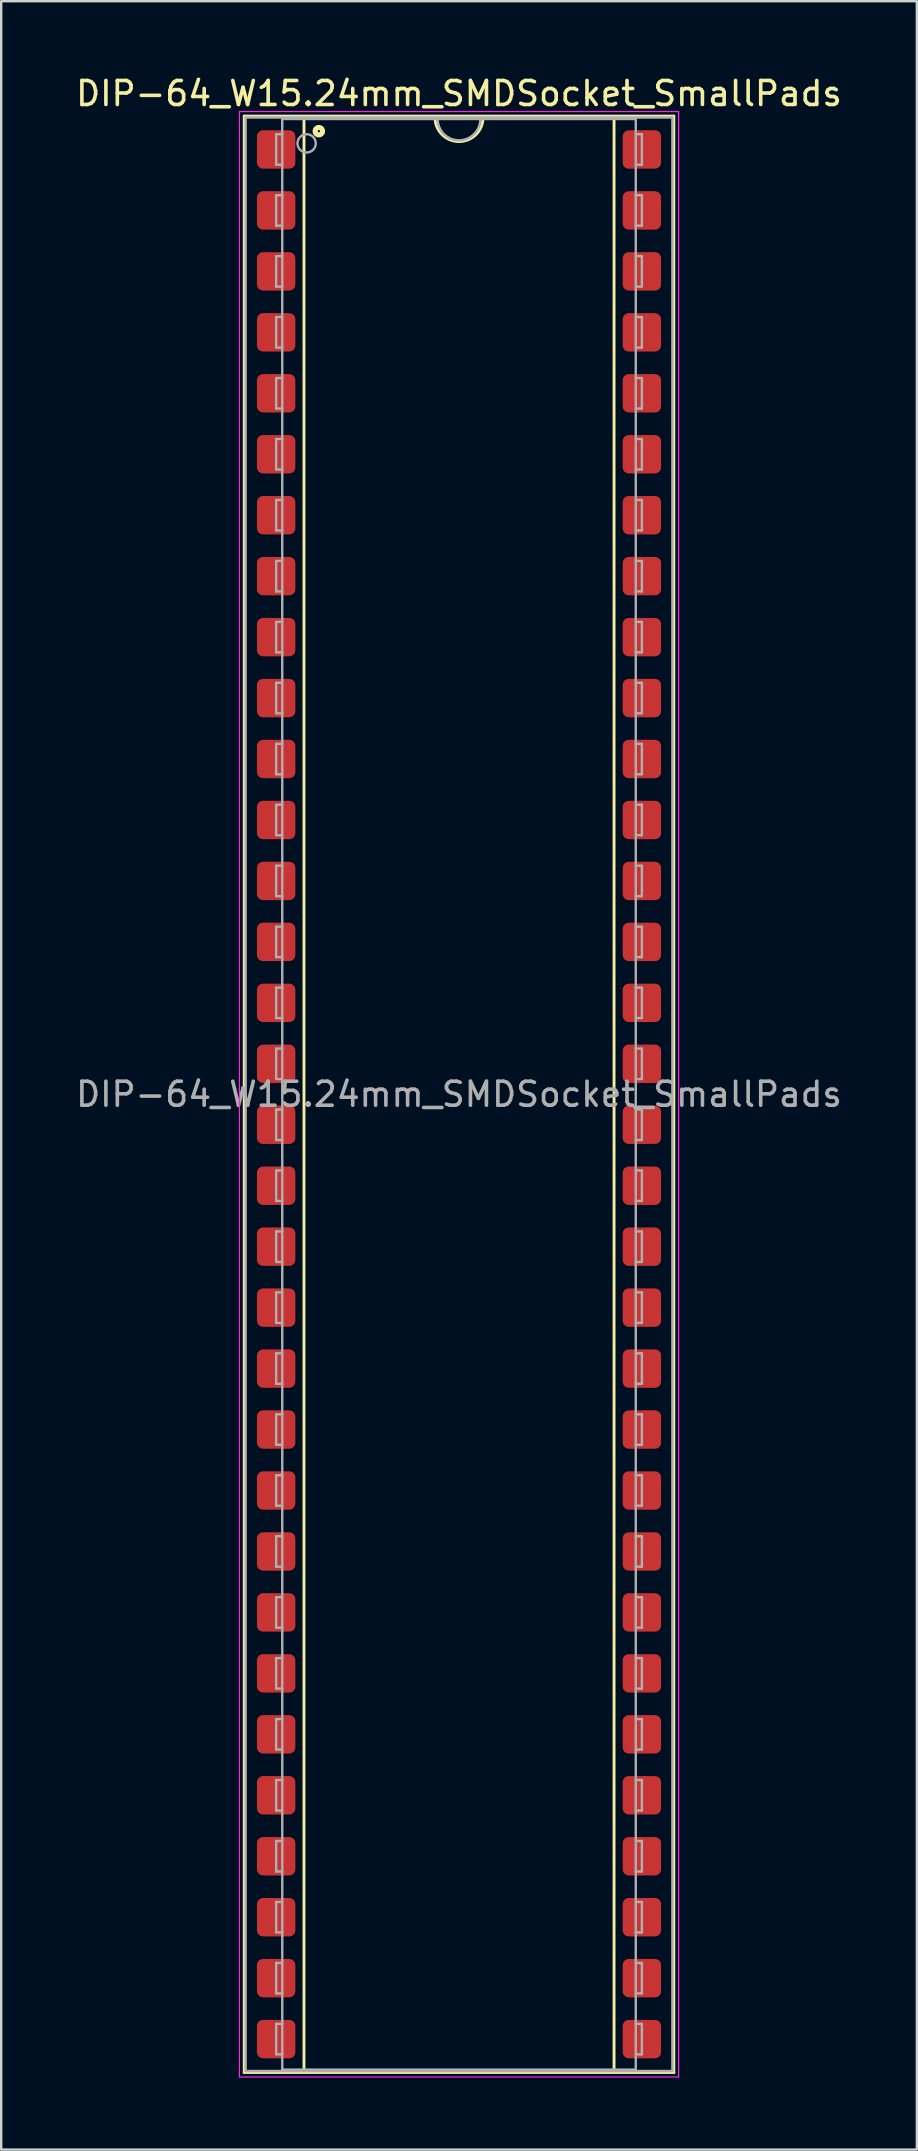
<source format=kicad_pcb>
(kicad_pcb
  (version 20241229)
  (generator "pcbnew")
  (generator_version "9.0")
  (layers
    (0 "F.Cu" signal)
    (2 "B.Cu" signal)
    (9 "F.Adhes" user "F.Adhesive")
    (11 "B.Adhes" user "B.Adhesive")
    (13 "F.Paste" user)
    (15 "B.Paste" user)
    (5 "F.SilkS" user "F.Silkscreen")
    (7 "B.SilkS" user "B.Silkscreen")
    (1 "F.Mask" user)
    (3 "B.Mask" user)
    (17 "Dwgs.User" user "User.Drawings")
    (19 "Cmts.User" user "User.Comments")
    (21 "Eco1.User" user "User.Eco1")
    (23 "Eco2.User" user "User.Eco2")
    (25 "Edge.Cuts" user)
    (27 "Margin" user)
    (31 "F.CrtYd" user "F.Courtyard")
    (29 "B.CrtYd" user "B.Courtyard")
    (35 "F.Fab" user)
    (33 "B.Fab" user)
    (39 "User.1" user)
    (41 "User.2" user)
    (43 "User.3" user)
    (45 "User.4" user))
  (footprint "DIP-64_W15.24mm_SMDSocket_SmallPads"
    (layer "F.Cu")
    (at 16.077 42.548)
    (property "Reference" "DIP-64_W15.24mm_SMDSocket_SmallPads" (at 0 -41.7 0) (layer "F.SilkS") (effects (font (size 1 1) (thickness 0.15))))
    (attr smd)
    (fp_line (start -8.95 -40.76) (end -8.95 40.76) (stroke (width 0.12) (type solid)) (layer "F.SilkS"))
    (fp_line (start -8.95 40.76) (end 8.95 40.76) (stroke (width 0.12) (type solid)) (layer "F.SilkS"))
    (fp_line (start -6.46 -40.7) (end -6.46 40.7) (stroke (width 0.12) (type solid)) (layer "F.SilkS"))
    (fp_line (start -6.46 40.7) (end 6.46 40.7) (stroke (width 0.12) (type solid)) (layer "F.SilkS"))
    (fp_line (start -1 -40.7) (end -6.46 -40.7) (stroke (width 0.12) (type solid)) (layer "F.SilkS"))
    (fp_line (start 6.46 -40.7) (end 1 -40.7) (stroke (width 0.12) (type solid)) (layer "F.SilkS"))
    (fp_line (start 6.46 40.7) (end 6.46 -40.7) (stroke (width 0.12) (type solid)) (layer "F.SilkS"))
    (fp_line (start 8.95 -40.76) (end -8.95 -40.76) (stroke (width 0.12) (type solid)) (layer "F.SilkS"))
    (fp_line (start 8.95 40.76) (end 8.95 -40.76) (stroke (width 0.12) (type solid)) (layer "F.SilkS"))
    (fp_arc (start 1 -40.7) (mid 0 -39.7) (end -1 -40.7) (stroke (width 0.12) (type solid)) (layer "F.SilkS"))
    (fp_circle (center -5.842 -40.132) (end -5.792 -40.132) (stroke (width 0.12) (type solid)) (fill no) (layer "F.SilkS"))
    (fp_circle (center -5.842 -40.132) (end -5.717 -40.132) (stroke (width 0.12) (type solid)) (fill no) (layer "F.SilkS"))
    (fp_circle (center -5.842 -40.132) (end -5.642 -40.132) (stroke (width 0.12) (type solid)) (fill no) (layer "F.SilkS"))
    (fp_line (start -9.15 -40.95) (end -9.15 40.95) (stroke (width 0.05) (type solid)) (layer "F.CrtYd"))
    (fp_line (start -9.15 40.95) (end 9.15 40.95) (stroke (width 0.05) (type solid)) (layer "F.CrtYd"))
    (fp_line (start 9.15 -40.95) (end -9.15 -40.95) (stroke (width 0.05) (type solid)) (layer "F.CrtYd"))
    (fp_line (start 9.15 40.95) (end 9.15 -40.95) (stroke (width 0.05) (type solid)) (layer "F.CrtYd"))
    (fp_line (start -8.89 -40.7) (end -8.89 40.7) (stroke (width 0.1) (type solid)) (layer "F.Fab"))
    (fp_line (start -8.89 40.7) (end 8.89 40.7) (stroke (width 0.1) (type solid)) (layer "F.Fab"))
    (fp_line (start -7.62 -40.005) (end -7.62 -38.735) (stroke (width 0.1) (type solid)) (layer "F.Fab"))
    (fp_line (start -7.62 -40.005) (end -7.366 -40.005) (stroke (width 0.1) (type solid)) (layer "F.Fab"))
    (fp_line (start -7.62 -38.735) (end -7.366 -38.735) (stroke (width 0.1) (type solid)) (layer "F.Fab"))
    (fp_line (start -7.62 -37.465) (end -7.62 -36.195) (stroke (width 0.1) (type solid)) (layer "F.Fab"))
    (fp_line (start -7.62 -37.465) (end -7.366 -37.465) (stroke (width 0.1) (type solid)) (layer "F.Fab"))
    (fp_line (start -7.62 -36.195) (end -7.366 -36.195) (stroke (width 0.1) (type solid)) (layer "F.Fab"))
    (fp_line (start -7.62 -34.925) (end -7.62 -33.655) (stroke (width 0.1) (type solid)) (layer "F.Fab"))
    (fp_line (start -7.62 -34.925) (end -7.366 -34.925) (stroke (width 0.1) (type solid)) (layer "F.Fab"))
    (fp_line (start -7.62 -33.655) (end -7.366 -33.655) (stroke (width 0.1) (type solid)) (layer "F.Fab"))
    (fp_line (start -7.62 -32.385) (end -7.62 -31.115) (stroke (width 0.1) (type solid)) (layer "F.Fab"))
    (fp_line (start -7.62 -32.385) (end -7.366 -32.385) (stroke (width 0.1) (type solid)) (layer "F.Fab"))
    (fp_line (start -7.62 -31.115) (end -7.366 -31.115) (stroke (width 0.1) (type solid)) (layer "F.Fab"))
    (fp_line (start -7.62 -29.845) (end -7.62 -28.575) (stroke (width 0.1) (type solid)) (layer "F.Fab"))
    (fp_line (start -7.62 -29.845) (end -7.366 -29.845) (stroke (width 0.1) (type solid)) (layer "F.Fab"))
    (fp_line (start -7.62 -28.575) (end -7.366 -28.575) (stroke (width 0.1) (type solid)) (layer "F.Fab"))
    (fp_line (start -7.62 -27.305) (end -7.62 -26.035) (stroke (width 0.1) (type solid)) (layer "F.Fab"))
    (fp_line (start -7.62 -27.305) (end -7.366 -27.305) (stroke (width 0.1) (type solid)) (layer "F.Fab"))
    (fp_line (start -7.62 -26.035) (end -7.366 -26.035) (stroke (width 0.1) (type solid)) (layer "F.Fab"))
    (fp_line (start -7.62 -24.765) (end -7.62 -23.495) (stroke (width 0.1) (type solid)) (layer "F.Fab"))
    (fp_line (start -7.62 -24.765) (end -7.366 -24.765) (stroke (width 0.1) (type solid)) (layer "F.Fab"))
    (fp_line (start -7.62 -23.495) (end -7.366 -23.495) (stroke (width 0.1) (type solid)) (layer "F.Fab"))
    (fp_line (start -7.62 -22.225) (end -7.62 -20.955) (stroke (width 0.1) (type solid)) (layer "F.Fab"))
    (fp_line (start -7.62 -22.225) (end -7.366 -22.225) (stroke (width 0.1) (type solid)) (layer "F.Fab"))
    (fp_line (start -7.62 -20.955) (end -7.366 -20.955) (stroke (width 0.1) (type solid)) (layer "F.Fab"))
    (fp_line (start -7.62 -19.685) (end -7.62 -18.415) (stroke (width 0.1) (type solid)) (layer "F.Fab"))
    (fp_line (start -7.62 -19.685) (end -7.366 -19.685) (stroke (width 0.1) (type solid)) (layer "F.Fab"))
    (fp_line (start -7.62 -18.415) (end -7.366 -18.415) (stroke (width 0.1) (type solid)) (layer "F.Fab"))
    (fp_line (start -7.62 -17.145) (end -7.62 -15.875) (stroke (width 0.1) (type solid)) (layer "F.Fab"))
    (fp_line (start -7.62 -17.145) (end -7.366 -17.145) (stroke (width 0.1) (type solid)) (layer "F.Fab"))
    (fp_line (start -7.62 -15.875) (end -7.366 -15.875) (stroke (width 0.1) (type solid)) (layer "F.Fab"))
    (fp_line (start -7.62 -14.605) (end -7.62 -13.335) (stroke (width 0.1) (type solid)) (layer "F.Fab"))
    (fp_line (start -7.62 -14.605) (end -7.366 -14.605) (stroke (width 0.1) (type solid)) (layer "F.Fab"))
    (fp_line (start -7.62 -13.335) (end -7.366 -13.335) (stroke (width 0.1) (type solid)) (layer "F.Fab"))
    (fp_line (start -7.62 -12.065) (end -7.62 -10.795) (stroke (width 0.1) (type solid)) (layer "F.Fab"))
    (fp_line (start -7.62 -12.065) (end -7.366 -12.065) (stroke (width 0.1) (type solid)) (layer "F.Fab"))
    (fp_line (start -7.62 -10.795) (end -7.366 -10.795) (stroke (width 0.1) (type solid)) (layer "F.Fab"))
    (fp_line (start -7.62 -9.525) (end -7.62 -8.255) (stroke (width 0.1) (type solid)) (layer "F.Fab"))
    (fp_line (start -7.62 -9.525) (end -7.366 -9.525) (stroke (width 0.1) (type solid)) (layer "F.Fab"))
    (fp_line (start -7.62 -8.255) (end -7.366 -8.255) (stroke (width 0.1) (type solid)) (layer "F.Fab"))
    (fp_line (start -7.62 -6.985) (end -7.62 -5.715) (stroke (width 0.1) (type solid)) (layer "F.Fab"))
    (fp_line (start -7.62 -6.985) (end -7.366 -6.985) (stroke (width 0.1) (type solid)) (layer "F.Fab"))
    (fp_line (start -7.62 -5.715) (end -7.366 -5.715) (stroke (width 0.1) (type solid)) (layer "F.Fab"))
    (fp_line (start -7.62 -4.445) (end -7.62 -3.175) (stroke (width 0.1) (type solid)) (layer "F.Fab"))
    (fp_line (start -7.62 -4.445) (end -7.366 -4.445) (stroke (width 0.1) (type solid)) (layer "F.Fab"))
    (fp_line (start -7.62 -3.175) (end -7.366 -3.175) (stroke (width 0.1) (type solid)) (layer "F.Fab"))
    (fp_line (start -7.62 -1.905) (end -7.62 -0.635) (stroke (width 0.1) (type solid)) (layer "F.Fab"))
    (fp_line (start -7.62 -1.905) (end -7.366 -1.905) (stroke (width 0.1) (type solid)) (layer "F.Fab"))
    (fp_line (start -7.62 -0.635) (end -7.366 -0.635) (stroke (width 0.1) (type solid)) (layer "F.Fab"))
    (fp_line (start -7.62 0.635) (end -7.62 1.905) (stroke (width 0.1) (type solid)) (layer "F.Fab"))
    (fp_line (start -7.62 0.635) (end -7.366 0.635) (stroke (width 0.1) (type solid)) (layer "F.Fab"))
    (fp_line (start -7.62 1.905) (end -7.366 1.905) (stroke (width 0.1) (type solid)) (layer "F.Fab"))
    (fp_line (start -7.62 3.175) (end -7.62 4.445) (stroke (width 0.1) (type solid)) (layer "F.Fab"))
    (fp_line (start -7.62 3.175) (end -7.366 3.175) (stroke (width 0.1) (type solid)) (layer "F.Fab"))
    (fp_line (start -7.62 4.445) (end -7.366 4.445) (stroke (width 0.1) (type solid)) (layer "F.Fab"))
    (fp_line (start -7.62 5.715) (end -7.62 6.985) (stroke (width 0.1) (type solid)) (layer "F.Fab"))
    (fp_line (start -7.62 5.715) (end -7.366 5.715) (stroke (width 0.1) (type solid)) (layer "F.Fab"))
    (fp_line (start -7.62 6.985) (end -7.366 6.985) (stroke (width 0.1) (type solid)) (layer "F.Fab"))
    (fp_line (start -7.62 8.255) (end -7.62 9.525) (stroke (width 0.1) (type solid)) (layer "F.Fab"))
    (fp_line (start -7.62 8.255) (end -7.366 8.255) (stroke (width 0.1) (type solid)) (layer "F.Fab"))
    (fp_line (start -7.62 9.525) (end -7.366 9.525) (stroke (width 0.1) (type solid)) (layer "F.Fab"))
    (fp_line (start -7.62 10.795) (end -7.62 12.065) (stroke (width 0.1) (type solid)) (layer "F.Fab"))
    (fp_line (start -7.62 10.795) (end -7.366 10.795) (stroke (width 0.1) (type solid)) (layer "F.Fab"))
    (fp_line (start -7.62 12.065) (end -7.366 12.065) (stroke (width 0.1) (type solid)) (layer "F.Fab"))
    (fp_line (start -7.62 13.335) (end -7.62 14.605) (stroke (width 0.1) (type solid)) (layer "F.Fab"))
    (fp_line (start -7.62 13.335) (end -7.366 13.335) (stroke (width 0.1) (type solid)) (layer "F.Fab"))
    (fp_line (start -7.62 14.605) (end -7.366 14.605) (stroke (width 0.1) (type solid)) (layer "F.Fab"))
    (fp_line (start -7.62 15.875) (end -7.62 17.145) (stroke (width 0.1) (type solid)) (layer "F.Fab"))
    (fp_line (start -7.62 15.875) (end -7.366 15.875) (stroke (width 0.1) (type solid)) (layer "F.Fab"))
    (fp_line (start -7.62 17.145) (end -7.366 17.145) (stroke (width 0.1) (type solid)) (layer "F.Fab"))
    (fp_line (start -7.62 18.415) (end -7.62 19.685) (stroke (width 0.1) (type solid)) (layer "F.Fab"))
    (fp_line (start -7.62 18.415) (end -7.366 18.415) (stroke (width 0.1) (type solid)) (layer "F.Fab"))
    (fp_line (start -7.62 19.685) (end -7.366 19.685) (stroke (width 0.1) (type solid)) (layer "F.Fab"))
    (fp_line (start -7.62 20.955) (end -7.62 22.225) (stroke (width 0.1) (type solid)) (layer "F.Fab"))
    (fp_line (start -7.62 20.955) (end -7.366 20.955) (stroke (width 0.1) (type solid)) (layer "F.Fab"))
    (fp_line (start -7.62 22.225) (end -7.366 22.225) (stroke (width 0.1) (type solid)) (layer "F.Fab"))
    (fp_line (start -7.62 23.495) (end -7.62 24.765) (stroke (width 0.1) (type solid)) (layer "F.Fab"))
    (fp_line (start -7.62 23.495) (end -7.366 23.495) (stroke (width 0.1) (type solid)) (layer "F.Fab"))
    (fp_line (start -7.62 24.765) (end -7.366 24.765) (stroke (width 0.1) (type solid)) (layer "F.Fab"))
    (fp_line (start -7.62 26.035) (end -7.62 27.305) (stroke (width 0.1) (type solid)) (layer "F.Fab"))
    (fp_line (start -7.62 26.035) (end -7.366 26.035) (stroke (width 0.1) (type solid)) (layer "F.Fab"))
    (fp_line (start -7.62 27.305) (end -7.366 27.305) (stroke (width 0.1) (type solid)) (layer "F.Fab"))
    (fp_line (start -7.62 28.575) (end -7.62 29.845) (stroke (width 0.1) (type solid)) (layer "F.Fab"))
    (fp_line (start -7.62 28.575) (end -7.366 28.575) (stroke (width 0.1) (type solid)) (layer "F.Fab"))
    (fp_line (start -7.62 29.845) (end -7.366 29.845) (stroke (width 0.1) (type solid)) (layer "F.Fab"))
    (fp_line (start -7.62 31.115) (end -7.62 32.385) (stroke (width 0.1) (type solid)) (layer "F.Fab"))
    (fp_line (start -7.62 31.115) (end -7.366 31.115) (stroke (width 0.1) (type solid)) (layer "F.Fab"))
    (fp_line (start -7.62 32.385) (end -7.366 32.385) (stroke (width 0.1) (type solid)) (layer "F.Fab"))
    (fp_line (start -7.62 33.655) (end -7.62 34.925) (stroke (width 0.1) (type solid)) (layer "F.Fab"))
    (fp_line (start -7.62 33.655) (end -7.366 33.655) (stroke (width 0.1) (type solid)) (layer "F.Fab"))
    (fp_line (start -7.62 34.925) (end -7.366 34.925) (stroke (width 0.1) (type solid)) (layer "F.Fab"))
    (fp_line (start -7.62 36.195) (end -7.62 37.465) (stroke (width 0.1) (type solid)) (layer "F.Fab"))
    (fp_line (start -7.62 36.195) (end -7.366 36.195) (stroke (width 0.1) (type solid)) (layer "F.Fab"))
    (fp_line (start -7.62 37.465) (end -7.366 37.465) (stroke (width 0.1) (type solid)) (layer "F.Fab"))
    (fp_line (start -7.62 38.735) (end -7.62 40.005) (stroke (width 0.1) (type solid)) (layer "F.Fab"))
    (fp_line (start -7.62 38.735) (end -7.366 38.735) (stroke (width 0.1) (type solid)) (layer "F.Fab"))
    (fp_line (start -7.62 40.005) (end -7.366 40.005) (stroke (width 0.1) (type solid)) (layer "F.Fab"))
    (fp_line (start -7.366 -40.64) (end 7.365 -40.64) (stroke (width 0.1) (type solid)) (layer "F.Fab"))
    (fp_line (start -7.365 40.64) (end -7.366 -40.64) (stroke (width 0.1) (type solid)) (layer "F.Fab"))
    (fp_line (start 7.365 -40.64) (end 7.365 40.64) (stroke (width 0.1) (type solid)) (layer "F.Fab"))
    (fp_line (start 7.365 40.64) (end -7.365 40.64) (stroke (width 0.1) (type solid)) (layer "F.Fab"))
    (fp_line (start 7.62 -40.005) (end 7.366 -40.005) (stroke (width 0.1) (type solid)) (layer "F.Fab"))
    (fp_line (start 7.62 -38.735) (end 7.366 -38.735) (stroke (width 0.1) (type solid)) (layer "F.Fab"))
    (fp_line (start 7.62 -38.735) (end 7.62 -40.005) (stroke (width 0.1) (type solid)) (layer "F.Fab"))
    (fp_line (start 7.62 -37.465) (end 7.366 -37.465) (stroke (width 0.1) (type solid)) (layer "F.Fab"))
    (fp_line (start 7.62 -36.195) (end 7.366 -36.195) (stroke (width 0.1) (type solid)) (layer "F.Fab"))
    (fp_line (start 7.62 -36.195) (end 7.62 -37.465) (stroke (width 0.1) (type solid)) (layer "F.Fab"))
    (fp_line (start 7.62 -34.925) (end 7.366 -34.925) (stroke (width 0.1) (type solid)) (layer "F.Fab"))
    (fp_line (start 7.62 -33.655) (end 7.366 -33.655) (stroke (width 0.1) (type solid)) (layer "F.Fab"))
    (fp_line (start 7.62 -33.655) (end 7.62 -34.925) (stroke (width 0.1) (type solid)) (layer "F.Fab"))
    (fp_line (start 7.62 -32.385) (end 7.366 -32.385) (stroke (width 0.1) (type solid)) (layer "F.Fab"))
    (fp_line (start 7.62 -31.115) (end 7.366 -31.115) (stroke (width 0.1) (type solid)) (layer "F.Fab"))
    (fp_line (start 7.62 -31.115) (end 7.62 -32.385) (stroke (width 0.1) (type solid)) (layer "F.Fab"))
    (fp_line (start 7.62 -29.845) (end 7.366 -29.845) (stroke (width 0.1) (type solid)) (layer "F.Fab"))
    (fp_line (start 7.62 -28.575) (end 7.366 -28.575) (stroke (width 0.1) (type solid)) (layer "F.Fab"))
    (fp_line (start 7.62 -28.575) (end 7.62 -29.845) (stroke (width 0.1) (type solid)) (layer "F.Fab"))
    (fp_line (start 7.62 -27.305) (end 7.366 -27.305) (stroke (width 0.1) (type solid)) (layer "F.Fab"))
    (fp_line (start 7.62 -26.035) (end 7.366 -26.035) (stroke (width 0.1) (type solid)) (layer "F.Fab"))
    (fp_line (start 7.62 -26.035) (end 7.62 -27.305) (stroke (width 0.1) (type solid)) (layer "F.Fab"))
    (fp_line (start 7.62 -24.765) (end 7.366 -24.765) (stroke (width 0.1) (type solid)) (layer "F.Fab"))
    (fp_line (start 7.62 -23.495) (end 7.366 -23.495) (stroke (width 0.1) (type solid)) (layer "F.Fab"))
    (fp_line (start 7.62 -23.495) (end 7.62 -24.765) (stroke (width 0.1) (type solid)) (layer "F.Fab"))
    (fp_line (start 7.62 -22.225) (end 7.366 -22.225) (stroke (width 0.1) (type solid)) (layer "F.Fab"))
    (fp_line (start 7.62 -20.955) (end 7.366 -20.955) (stroke (width 0.1) (type solid)) (layer "F.Fab"))
    (fp_line (start 7.62 -20.955) (end 7.62 -22.225) (stroke (width 0.1) (type solid)) (layer "F.Fab"))
    (fp_line (start 7.62 -19.685) (end 7.366 -19.685) (stroke (width 0.1) (type solid)) (layer "F.Fab"))
    (fp_line (start 7.62 -18.415) (end 7.366 -18.415) (stroke (width 0.1) (type solid)) (layer "F.Fab"))
    (fp_line (start 7.62 -18.415) (end 7.62 -19.685) (stroke (width 0.1) (type solid)) (layer "F.Fab"))
    (fp_line (start 7.62 -17.145) (end 7.366 -17.145) (stroke (width 0.1) (type solid)) (layer "F.Fab"))
    (fp_line (start 7.62 -15.875) (end 7.366 -15.875) (stroke (width 0.1) (type solid)) (layer "F.Fab"))
    (fp_line (start 7.62 -15.875) (end 7.62 -17.145) (stroke (width 0.1) (type solid)) (layer "F.Fab"))
    (fp_line (start 7.62 -14.605) (end 7.366 -14.605) (stroke (width 0.1) (type solid)) (layer "F.Fab"))
    (fp_line (start 7.62 -13.335) (end 7.366 -13.335) (stroke (width 0.1) (type solid)) (layer "F.Fab"))
    (fp_line (start 7.62 -13.335) (end 7.62 -14.605) (stroke (width 0.1) (type solid)) (layer "F.Fab"))
    (fp_line (start 7.62 -12.065) (end 7.366 -12.065) (stroke (width 0.1) (type solid)) (layer "F.Fab"))
    (fp_line (start 7.62 -10.795) (end 7.366 -10.795) (stroke (width 0.1) (type solid)) (layer "F.Fab"))
    (fp_line (start 7.62 -10.795) (end 7.62 -12.065) (stroke (width 0.1) (type solid)) (layer "F.Fab"))
    (fp_line (start 7.62 -9.525) (end 7.366 -9.525) (stroke (width 0.1) (type solid)) (layer "F.Fab"))
    (fp_line (start 7.62 -8.255) (end 7.366 -8.255) (stroke (width 0.1) (type solid)) (layer "F.Fab"))
    (fp_line (start 7.62 -8.255) (end 7.62 -9.525) (stroke (width 0.1) (type solid)) (layer "F.Fab"))
    (fp_line (start 7.62 -6.985) (end 7.366 -6.985) (stroke (width 0.1) (type solid)) (layer "F.Fab"))
    (fp_line (start 7.62 -5.715) (end 7.366 -5.715) (stroke (width 0.1) (type solid)) (layer "F.Fab"))
    (fp_line (start 7.62 -5.715) (end 7.62 -6.985) (stroke (width 0.1) (type solid)) (layer "F.Fab"))
    (fp_line (start 7.62 -4.445) (end 7.366 -4.445) (stroke (width 0.1) (type solid)) (layer "F.Fab"))
    (fp_line (start 7.62 -3.175) (end 7.366 -3.175) (stroke (width 0.1) (type solid)) (layer "F.Fab"))
    (fp_line (start 7.62 -3.175) (end 7.62 -4.445) (stroke (width 0.1) (type solid)) (layer "F.Fab"))
    (fp_line (start 7.62 -1.905) (end 7.366 -1.905) (stroke (width 0.1) (type solid)) (layer "F.Fab"))
    (fp_line (start 7.62 -0.635) (end 7.366 -0.635) (stroke (width 0.1) (type solid)) (layer "F.Fab"))
    (fp_line (start 7.62 -0.635) (end 7.62 -1.905) (stroke (width 0.1) (type solid)) (layer "F.Fab"))
    (fp_line (start 7.62 0.635) (end 7.366 0.635) (stroke (width 0.1) (type solid)) (layer "F.Fab"))
    (fp_line (start 7.62 1.905) (end 7.366 1.905) (stroke (width 0.1) (type solid)) (layer "F.Fab"))
    (fp_line (start 7.62 1.905) (end 7.62 0.635) (stroke (width 0.1) (type solid)) (layer "F.Fab"))
    (fp_line (start 7.62 3.175) (end 7.366 3.175) (stroke (width 0.1) (type solid)) (layer "F.Fab"))
    (fp_line (start 7.62 4.445) (end 7.366 4.445) (stroke (width 0.1) (type solid)) (layer "F.Fab"))
    (fp_line (start 7.62 4.445) (end 7.62 3.175) (stroke (width 0.1) (type solid)) (layer "F.Fab"))
    (fp_line (start 7.62 5.715) (end 7.366 5.715) (stroke (width 0.1) (type solid)) (layer "F.Fab"))
    (fp_line (start 7.62 6.985) (end 7.366 6.985) (stroke (width 0.1) (type solid)) (layer "F.Fab"))
    (fp_line (start 7.62 6.985) (end 7.62 5.715) (stroke (width 0.1) (type solid)) (layer "F.Fab"))
    (fp_line (start 7.62 8.255) (end 7.366 8.255) (stroke (width 0.1) (type solid)) (layer "F.Fab"))
    (fp_line (start 7.62 9.525) (end 7.366 9.525) (stroke (width 0.1) (type solid)) (layer "F.Fab"))
    (fp_line (start 7.62 9.525) (end 7.62 8.255) (stroke (width 0.1) (type solid)) (layer "F.Fab"))
    (fp_line (start 7.62 10.795) (end 7.366 10.795) (stroke (width 0.1) (type solid)) (layer "F.Fab"))
    (fp_line (start 7.62 12.065) (end 7.366 12.065) (stroke (width 0.1) (type solid)) (layer "F.Fab"))
    (fp_line (start 7.62 12.065) (end 7.62 10.795) (stroke (width 0.1) (type solid)) (layer "F.Fab"))
    (fp_line (start 7.62 13.335) (end 7.366 13.335) (stroke (width 0.1) (type solid)) (layer "F.Fab"))
    (fp_line (start 7.62 14.605) (end 7.366 14.605) (stroke (width 0.1) (type solid)) (layer "F.Fab"))
    (fp_line (start 7.62 14.605) (end 7.62 13.335) (stroke (width 0.1) (type solid)) (layer "F.Fab"))
    (fp_line (start 7.62 15.875) (end 7.366 15.875) (stroke (width 0.1) (type solid)) (layer "F.Fab"))
    (fp_line (start 7.62 17.145) (end 7.366 17.145) (stroke (width 0.1) (type solid)) (layer "F.Fab"))
    (fp_line (start 7.62 17.145) (end 7.62 15.875) (stroke (width 0.1) (type solid)) (layer "F.Fab"))
    (fp_line (start 7.62 18.415) (end 7.366 18.415) (stroke (width 0.1) (type solid)) (layer "F.Fab"))
    (fp_line (start 7.62 19.685) (end 7.366 19.685) (stroke (width 0.1) (type solid)) (layer "F.Fab"))
    (fp_line (start 7.62 19.685) (end 7.62 18.415) (stroke (width 0.1) (type solid)) (layer "F.Fab"))
    (fp_line (start 7.62 20.955) (end 7.366 20.955) (stroke (width 0.1) (type solid)) (layer "F.Fab"))
    (fp_line (start 7.62 22.225) (end 7.366 22.225) (stroke (width 0.1) (type solid)) (layer "F.Fab"))
    (fp_line (start 7.62 22.225) (end 7.62 20.955) (stroke (width 0.1) (type solid)) (layer "F.Fab"))
    (fp_line (start 7.62 23.495) (end 7.366 23.495) (stroke (width 0.1) (type solid)) (layer "F.Fab"))
    (fp_line (start 7.62 24.765) (end 7.366 24.765) (stroke (width 0.1) (type solid)) (layer "F.Fab"))
    (fp_line (start 7.62 24.765) (end 7.62 23.495) (stroke (width 0.1) (type solid)) (layer "F.Fab"))
    (fp_line (start 7.62 26.035) (end 7.366 26.035) (stroke (width 0.1) (type solid)) (layer "F.Fab"))
    (fp_line (start 7.62 27.305) (end 7.366 27.305) (stroke (width 0.1) (type solid)) (layer "F.Fab"))
    (fp_line (start 7.62 27.305) (end 7.62 26.035) (stroke (width 0.1) (type solid)) (layer "F.Fab"))
    (fp_line (start 7.62 28.575) (end 7.366 28.575) (stroke (width 0.1) (type solid)) (layer "F.Fab"))
    (fp_line (start 7.62 29.845) (end 7.366 29.845) (stroke (width 0.1) (type solid)) (layer "F.Fab"))
    (fp_line (start 7.62 29.845) (end 7.62 28.575) (stroke (width 0.1) (type solid)) (layer "F.Fab"))
    (fp_line (start 7.62 31.115) (end 7.366 31.115) (stroke (width 0.1) (type solid)) (layer "F.Fab"))
    (fp_line (start 7.62 32.385) (end 7.366 32.385) (stroke (width 0.1) (type solid)) (layer "F.Fab"))
    (fp_line (start 7.62 32.385) (end 7.62 31.115) (stroke (width 0.1) (type solid)) (layer "F.Fab"))
    (fp_line (start 7.62 33.655) (end 7.366 33.655) (stroke (width 0.1) (type solid)) (layer "F.Fab"))
    (fp_line (start 7.62 34.925) (end 7.366 34.925) (stroke (width 0.1) (type solid)) (layer "F.Fab"))
    (fp_line (start 7.62 34.925) (end 7.62 33.655) (stroke (width 0.1) (type solid)) (layer "F.Fab"))
    (fp_line (start 7.62 36.195) (end 7.366 36.195) (stroke (width 0.1) (type solid)) (layer "F.Fab"))
    (fp_line (start 7.62 37.465) (end 7.366 37.465) (stroke (width 0.1) (type solid)) (layer "F.Fab"))
    (fp_line (start 7.62 37.465) (end 7.62 36.195) (stroke (width 0.1) (type solid)) (layer "F.Fab"))
    (fp_line (start 7.62 38.735) (end 7.366 38.735) (stroke (width 0.1) (type solid)) (layer "F.Fab"))
    (fp_line (start 7.62 40.005) (end 7.366 40.005) (stroke (width 0.1) (type solid)) (layer "F.Fab"))
    (fp_line (start 7.62 40.005) (end 7.62 38.735) (stroke (width 0.1) (type solid)) (layer "F.Fab"))
    (fp_line (start 8.89 -40.7) (end -8.89 -40.7) (stroke (width 0.1) (type solid)) (layer "F.Fab"))
    (fp_line (start 8.89 40.7) (end 8.89 -40.7) (stroke (width 0.1) (type solid)) (layer "F.Fab"))
    (fp_arc (start 0.889 -40.64) (mid 0 -39.751) (end -0.889 -40.64) (stroke (width 0.1) (type solid)) (layer "F.Fab"))
    (fp_circle (center -6.35 -39.624) (end -5.969 -39.624) (stroke (width 0.1) (type solid)) (fill no) (layer "F.Fab"))
    (fp_text user "${REFERENCE}" (at 0 0 0) (layer "F.Fab") (effects (font (size 1 1) (thickness 0.15))))
    (pad "1" smd roundrect (at -7.62 -39.37) (size 1.6 1.6) (layers "F.Cu" "F.Mask" "F.Paste") (roundrect_rratio 0.156))
    (pad "2" smd roundrect (at -7.62 -36.83) (size 1.6 1.6) (layers "F.Cu" "F.Mask" "F.Paste") (roundrect_rratio 0.156))
    (pad "3" smd roundrect (at -7.62 -34.29) (size 1.6 1.6) (layers "F.Cu" "F.Mask" "F.Paste") (roundrect_rratio 0.156))
    (pad "4" smd roundrect (at -7.62 -31.75) (size 1.6 1.6) (layers "F.Cu" "F.Mask" "F.Paste") (roundrect_rratio 0.156))
    (pad "5" smd roundrect (at -7.62 -29.21) (size 1.6 1.6) (layers "F.Cu" "F.Mask" "F.Paste") (roundrect_rratio 0.156))
    (pad "6" smd roundrect (at -7.62 -26.67) (size 1.6 1.6) (layers "F.Cu" "F.Mask" "F.Paste") (roundrect_rratio 0.156))
    (pad "7" smd roundrect (at -7.62 -24.13) (size 1.6 1.6) (layers "F.Cu" "F.Mask" "F.Paste") (roundrect_rratio 0.156))
    (pad "8" smd roundrect (at -7.62 -21.59) (size 1.6 1.6) (layers "F.Cu" "F.Mask" "F.Paste") (roundrect_rratio 0.156))
    (pad "9" smd roundrect (at -7.62 -19.05) (size 1.6 1.6) (layers "F.Cu" "F.Mask" "F.Paste") (roundrect_rratio 0.156))
    (pad "10" smd roundrect (at -7.62 -16.51) (size 1.6 1.6) (layers "F.Cu" "F.Mask" "F.Paste") (roundrect_rratio 0.156))
    (pad "11" smd roundrect (at -7.62 -13.97) (size 1.6 1.6) (layers "F.Cu" "F.Mask" "F.Paste") (roundrect_rratio 0.156))
    (pad "12" smd roundrect (at -7.62 -11.43) (size 1.6 1.6) (layers "F.Cu" "F.Mask" "F.Paste") (roundrect_rratio 0.156))
    (pad "13" smd roundrect (at -7.62 -8.89) (size 1.6 1.6) (layers "F.Cu" "F.Mask" "F.Paste") (roundrect_rratio 0.156))
    (pad "14" smd roundrect (at -7.62 -6.35) (size 1.6 1.6) (layers "F.Cu" "F.Mask" "F.Paste") (roundrect_rratio 0.156))
    (pad "15" smd roundrect (at -7.62 -3.81) (size 1.6 1.6) (layers "F.Cu" "F.Mask" "F.Paste") (roundrect_rratio 0.156))
    (pad "16" smd roundrect (at -7.62 -1.27) (size 1.6 1.6) (layers "F.Cu" "F.Mask" "F.Paste") (roundrect_rratio 0.156))
    (pad "17" smd roundrect (at -7.62 1.27) (size 1.6 1.6) (layers "F.Cu" "F.Mask" "F.Paste") (roundrect_rratio 0.156))
    (pad "18" smd roundrect (at -7.62 3.81) (size 1.6 1.6) (layers "F.Cu" "F.Mask" "F.Paste") (roundrect_rratio 0.156))
    (pad "19" smd roundrect (at -7.62 6.35) (size 1.6 1.6) (layers "F.Cu" "F.Mask" "F.Paste") (roundrect_rratio 0.156))
    (pad "20" smd roundrect (at -7.62 8.89) (size 1.6 1.6) (layers "F.Cu" "F.Mask" "F.Paste") (roundrect_rratio 0.156))
    (pad "21" smd roundrect (at -7.62 11.43) (size 1.6 1.6) (layers "F.Cu" "F.Mask" "F.Paste") (roundrect_rratio 0.156))
    (pad "22" smd roundrect (at -7.62 13.97) (size 1.6 1.6) (layers "F.Cu" "F.Mask" "F.Paste") (roundrect_rratio 0.156))
    (pad "23" smd roundrect (at -7.62 16.51) (size 1.6 1.6) (layers "F.Cu" "F.Mask" "F.Paste") (roundrect_rratio 0.156))
    (pad "24" smd roundrect (at -7.62 19.05) (size 1.6 1.6) (layers "F.Cu" "F.Mask" "F.Paste") (roundrect_rratio 0.156))
    (pad "25" smd roundrect (at -7.62 21.59) (size 1.6 1.6) (layers "F.Cu" "F.Mask" "F.Paste") (roundrect_rratio 0.156))
    (pad "26" smd roundrect (at -7.62 24.13) (size 1.6 1.6) (layers "F.Cu" "F.Mask" "F.Paste") (roundrect_rratio 0.156))
    (pad "27" smd roundrect (at -7.62 26.67) (size 1.6 1.6) (layers "F.Cu" "F.Mask" "F.Paste") (roundrect_rratio 0.156))
    (pad "28" smd roundrect (at -7.62 29.21) (size 1.6 1.6) (layers "F.Cu" "F.Mask" "F.Paste") (roundrect_rratio 0.156))
    (pad "29" smd roundrect (at -7.62 31.75) (size 1.6 1.6) (layers "F.Cu" "F.Mask" "F.Paste") (roundrect_rratio 0.156))
    (pad "30" smd roundrect (at -7.62 34.29) (size 1.6 1.6) (layers "F.Cu" "F.Mask" "F.Paste") (roundrect_rratio 0.156))
    (pad "31" smd roundrect (at -7.62 36.83) (size 1.6 1.6) (layers "F.Cu" "F.Mask" "F.Paste") (roundrect_rratio 0.156))
    (pad "32" smd roundrect (at -7.62 39.37) (size 1.6 1.6) (layers "F.Cu" "F.Mask" "F.Paste") (roundrect_rratio 0.156))
    (pad "33" smd roundrect (at 7.62 39.37) (size 1.6 1.6) (layers "F.Cu" "F.Mask" "F.Paste") (roundrect_rratio 0.156))
    (pad "34" smd roundrect (at 7.62 36.83) (size 1.6 1.6) (layers "F.Cu" "F.Mask" "F.Paste") (roundrect_rratio 0.156))
    (pad "35" smd roundrect (at 7.62 34.29) (size 1.6 1.6) (layers "F.Cu" "F.Mask" "F.Paste") (roundrect_rratio 0.156))
    (pad "36" smd roundrect (at 7.62 31.75) (size 1.6 1.6) (layers "F.Cu" "F.Mask" "F.Paste") (roundrect_rratio 0.156))
    (pad "37" smd roundrect (at 7.62 29.21) (size 1.6 1.6) (layers "F.Cu" "F.Mask" "F.Paste") (roundrect_rratio 0.156))
    (pad "38" smd roundrect (at 7.62 26.67) (size 1.6 1.6) (layers "F.Cu" "F.Mask" "F.Paste") (roundrect_rratio 0.156))
    (pad "39" smd roundrect (at 7.62 24.13) (size 1.6 1.6) (layers "F.Cu" "F.Mask" "F.Paste") (roundrect_rratio 0.156))
    (pad "40" smd roundrect (at 7.62 21.59) (size 1.6 1.6) (layers "F.Cu" "F.Mask" "F.Paste") (roundrect_rratio 0.156))
    (pad "41" smd roundrect (at 7.62 19.05) (size 1.6 1.6) (layers "F.Cu" "F.Mask" "F.Paste") (roundrect_rratio 0.156))
    (pad "42" smd roundrect (at 7.62 16.51) (size 1.6 1.6) (layers "F.Cu" "F.Mask" "F.Paste") (roundrect_rratio 0.156))
    (pad "43" smd roundrect (at 7.62 13.97) (size 1.6 1.6) (layers "F.Cu" "F.Mask" "F.Paste") (roundrect_rratio 0.156))
    (pad "44" smd roundrect (at 7.62 11.43) (size 1.6 1.6) (layers "F.Cu" "F.Mask" "F.Paste") (roundrect_rratio 0.156))
    (pad "45" smd roundrect (at 7.62 8.89) (size 1.6 1.6) (layers "F.Cu" "F.Mask" "F.Paste") (roundrect_rratio 0.156))
    (pad "46" smd roundrect (at 7.62 6.35) (size 1.6 1.6) (layers "F.Cu" "F.Mask" "F.Paste") (roundrect_rratio 0.156))
    (pad "47" smd roundrect (at 7.62 3.81) (size 1.6 1.6) (layers "F.Cu" "F.Mask" "F.Paste") (roundrect_rratio 0.156))
    (pad "48" smd roundrect (at 7.62 1.27) (size 1.6 1.6) (layers "F.Cu" "F.Mask" "F.Paste") (roundrect_rratio 0.156))
    (pad "49" smd roundrect (at 7.62 -1.27) (size 1.6 1.6) (layers "F.Cu" "F.Mask" "F.Paste") (roundrect_rratio 0.156))
    (pad "50" smd roundrect (at 7.62 -3.81) (size 1.6 1.6) (layers "F.Cu" "F.Mask" "F.Paste") (roundrect_rratio 0.156))
    (pad "51" smd roundrect (at 7.62 -6.35) (size 1.6 1.6) (layers "F.Cu" "F.Mask" "F.Paste") (roundrect_rratio 0.156))
    (pad "52" smd roundrect (at 7.62 -8.89) (size 1.6 1.6) (layers "F.Cu" "F.Mask" "F.Paste") (roundrect_rratio 0.156))
    (pad "53" smd roundrect (at 7.62 -11.43) (size 1.6 1.6) (layers "F.Cu" "F.Mask" "F.Paste") (roundrect_rratio 0.156))
    (pad "54" smd roundrect (at 7.62 -13.97) (size 1.6 1.6) (layers "F.Cu" "F.Mask" "F.Paste") (roundrect_rratio 0.156))
    (pad "55" smd roundrect (at 7.62 -16.51) (size 1.6 1.6) (layers "F.Cu" "F.Mask" "F.Paste") (roundrect_rratio 0.156))
    (pad "56" smd roundrect (at 7.62 -19.05) (size 1.6 1.6) (layers "F.Cu" "F.Mask" "F.Paste") (roundrect_rratio 0.156))
    (pad "57" smd roundrect (at 7.62 -21.59) (size 1.6 1.6) (layers "F.Cu" "F.Mask" "F.Paste") (roundrect_rratio 0.156))
    (pad "58" smd roundrect (at 7.62 -24.13) (size 1.6 1.6) (layers "F.Cu" "F.Mask" "F.Paste") (roundrect_rratio 0.156))
    (pad "59" smd roundrect (at 7.62 -26.67) (size 1.6 1.6) (layers "F.Cu" "F.Mask" "F.Paste") (roundrect_rratio 0.156))
    (pad "60" smd roundrect (at 7.62 -29.21) (size 1.6 1.6) (layers "F.Cu" "F.Mask" "F.Paste") (roundrect_rratio 0.156))
    (pad "61" smd roundrect (at 7.62 -31.75) (size 1.6 1.6) (layers "F.Cu" "F.Mask" "F.Paste") (roundrect_rratio 0.156))
    (pad "62" smd roundrect (at 7.62 -34.29) (size 1.6 1.6) (layers "F.Cu" "F.Mask" "F.Paste") (roundrect_rratio 0.156))
    (pad "63" smd roundrect (at 7.62 -36.83) (size 1.6 1.6) (layers "F.Cu" "F.Mask" "F.Paste") (roundrect_rratio 0.156))
    (pad "64" smd roundrect (at 7.62 -39.37) (size 1.6 1.6) (layers "F.Cu" "F.Mask" "F.Paste") (roundrect_rratio 0.156)))
  (gr_rect
    (start -3 -3)
    (end 35.155 86.523)
    (stroke (width 0.1) (type default))
    (fill no)
    (layer "Edge.Cuts")))
</source>
